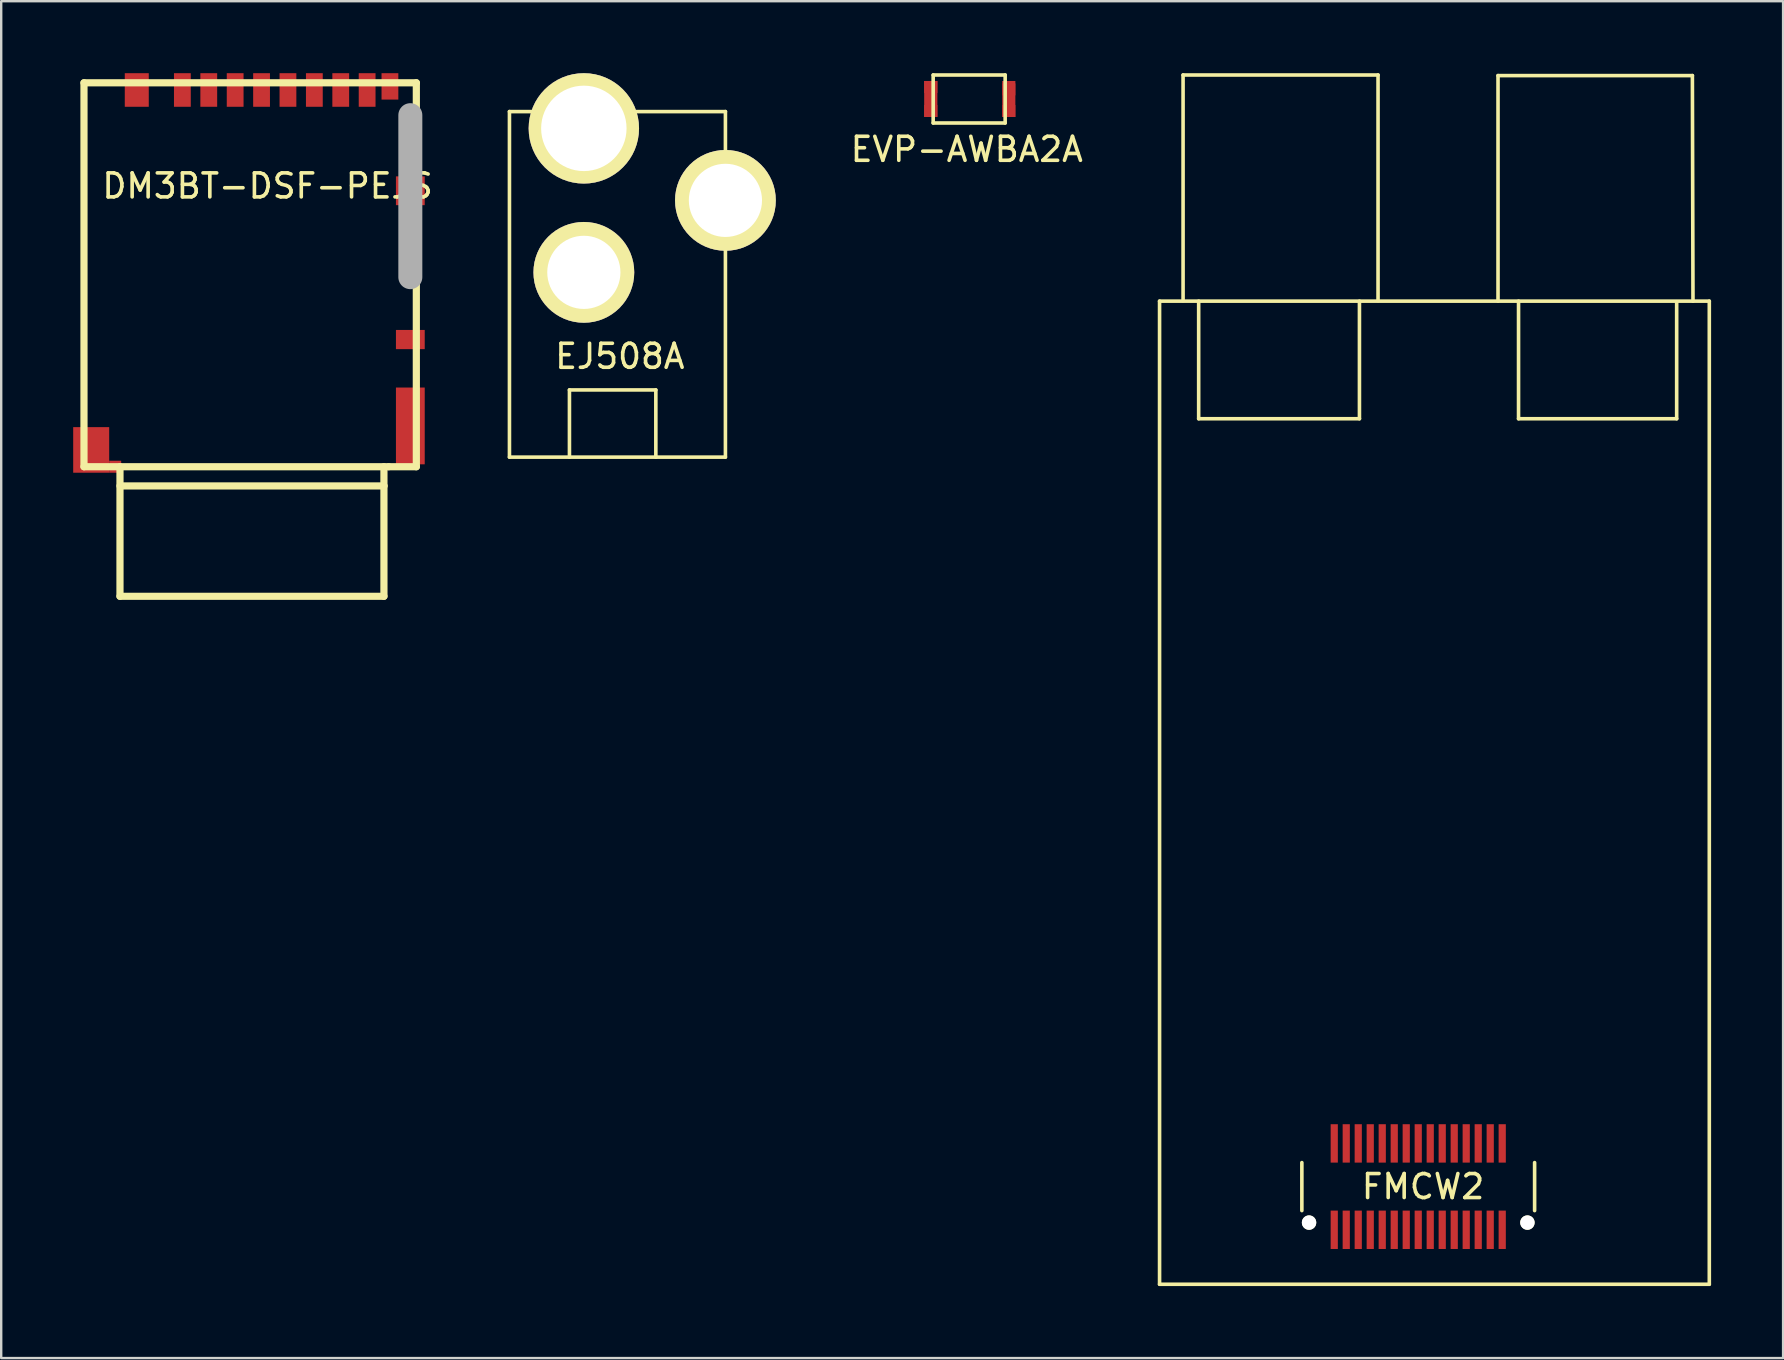
<source format=kicad_pcb>
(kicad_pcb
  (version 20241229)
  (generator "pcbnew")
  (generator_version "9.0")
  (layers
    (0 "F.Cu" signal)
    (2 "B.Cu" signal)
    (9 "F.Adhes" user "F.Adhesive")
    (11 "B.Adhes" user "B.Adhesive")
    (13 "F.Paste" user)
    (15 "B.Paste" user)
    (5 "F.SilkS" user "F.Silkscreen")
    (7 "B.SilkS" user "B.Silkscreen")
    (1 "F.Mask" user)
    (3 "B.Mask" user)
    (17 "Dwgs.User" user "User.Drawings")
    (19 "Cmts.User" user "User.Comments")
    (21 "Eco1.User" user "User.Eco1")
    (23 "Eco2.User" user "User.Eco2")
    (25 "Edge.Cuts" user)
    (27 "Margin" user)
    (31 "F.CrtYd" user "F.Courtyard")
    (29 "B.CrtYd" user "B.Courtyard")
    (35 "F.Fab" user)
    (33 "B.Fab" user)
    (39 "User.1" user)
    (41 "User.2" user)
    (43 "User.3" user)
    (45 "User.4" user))
  (footprint "FMCW2"
    (layer "F.Cu")
    (at 59.703 49)
    (property "Reference" "FMCW2" (at -3.45 -2.6 0) (layer "F.SilkS") (effects (font (size 1 1) (thickness 0.15))))
    (attr through_hole)
    (fp_line (start -14.43 -39.5) (end 8.48 -39.5) (stroke (width 0.15) (type solid)) (layer "F.SilkS"))
    (fp_line (start -14.43 1.47) (end -14.43 -39.5) (stroke (width 0.15) (type solid)) (layer "F.SilkS"))
    (fp_line (start -14.43 1.47) (end 8.48 1.47) (stroke (width 0.15) (type solid)) (layer "F.SilkS"))
    (fp_line (start -13.45 -48.925) (end -5.325 -48.925) (stroke (width 0.15) (type solid)) (layer "F.SilkS"))
    (fp_line (start -13.45 -39.525) (end -13.45 -48.925) (stroke (width 0.15) (type solid)) (layer "F.SilkS"))
    (fp_line (start -12.8 -34.6) (end -12.8 -39.5) (stroke (width 0.15) (type solid)) (layer "F.SilkS"))
    (fp_line (start -12.8 -34.6) (end -6.1 -34.6) (stroke (width 0.15) (type solid)) (layer "F.SilkS"))
    (fp_line (start -8.5 -3.6) (end -8.5 -1.6) (stroke (width 0.15) (type solid)) (layer "F.SilkS"))
    (fp_line (start -6.1 -34.6) (end -6.1 -39.5) (stroke (width 0.15) (type solid)) (layer "F.SilkS"))
    (fp_line (start -5.325 -48.925) (end -5.325 -39.525) (stroke (width 0.15) (type solid)) (layer "F.SilkS"))
    (fp_line (start -0.325 -48.9) (end -0.325 -39.5) (stroke (width 0.15) (type solid)) (layer "F.SilkS"))
    (fp_line (start 0.53 -34.6) (end 0.53 -39.5) (stroke (width 0.15) (type solid)) (layer "F.SilkS"))
    (fp_line (start 1.2 -3.6) (end 1.2 -1.6) (stroke (width 0.15) (type solid)) (layer "F.SilkS"))
    (fp_line (start 7.12 -34.6) (end 0.53 -34.6) (stroke (width 0.15) (type solid)) (layer "F.SilkS"))
    (fp_line (start 7.12 -34.6) (end 7.12 -39.475) (stroke (width 0.15) (type solid)) (layer "F.SilkS"))
    (fp_line (start 7.775 -48.9) (end -0.325 -48.9) (stroke (width 0.15) (type solid)) (layer "F.SilkS"))
    (fp_line (start 7.8 -39.5) (end 7.775 -48.9) (stroke (width 0.15) (type solid)) (layer "F.SilkS"))
    (fp_line (start 8.48 -39.5) (end 8.48 1.47) (stroke (width 0.15) (type solid)) (layer "F.SilkS"))
    (pad "" np_thru_hole circle (at -8.2 -1.1) (size 0.6 0.6) (drill 0.6) (layers "*.Cu" "*.Mask" "F.SilkS"))
    (pad "" np_thru_hole circle (at 0.9 -1.1) (size 0.6 0.6) (drill 0.6) (layers "*.Cu" "*.Mask" "F.SilkS"))
    (pad "1" smd rect (at -0.15 -4.4) (size 0.3 1.6) (layers "F.Cu" "F.Mask" "F.Paste"))
    (pad "2" smd rect (at -0.65 -4.4) (size 0.3 1.6) (layers "F.Cu" "F.Mask" "F.Paste"))
    (pad "3" smd rect (at -1.15 -4.4) (size 0.3 1.6) (layers "F.Cu" "F.Mask" "F.Paste"))
    (pad "4" smd rect (at -1.65 -4.4) (size 0.3 1.6) (layers "F.Cu" "F.Mask" "F.Paste"))
    (pad "5" smd rect (at -2.15 -4.4) (size 0.3 1.6) (layers "F.Cu" "F.Mask" "F.Paste"))
    (pad "6" smd rect (at -2.65 -4.4) (size 0.3 1.6) (layers "F.Cu" "F.Mask" "F.Paste"))
    (pad "7" smd rect (at -3.15 -4.4) (size 0.3 1.6) (layers "F.Cu" "F.Mask" "F.Paste"))
    (pad "8" smd rect (at -3.65 -4.4) (size 0.3 1.6) (layers "F.Cu" "F.Mask" "F.Paste"))
    (pad "9" smd rect (at -4.15 -4.4) (size 0.3 1.6) (layers "F.Cu" "F.Mask" "F.Paste"))
    (pad "10" smd rect (at -4.65 -4.4) (size 0.3 1.6) (layers "F.Cu" "F.Mask" "F.Paste"))
    (pad "11" smd rect (at -5.15 -4.4) (size 0.3 1.6) (layers "F.Cu" "F.Mask" "F.Paste"))
    (pad "12" smd rect (at -5.65 -4.4) (size 0.3 1.6) (layers "F.Cu" "F.Mask" "F.Paste"))
    (pad "13" smd rect (at -6.15 -4.4) (size 0.3 1.6) (layers "F.Cu" "F.Mask" "F.Paste"))
    (pad "14" smd rect (at -6.65 -4.4) (size 0.3 1.6) (layers "F.Cu" "F.Mask" "F.Paste"))
    (pad "15" smd rect (at -7.15 -4.4) (size 0.3 1.6) (layers "F.Cu" "F.Mask" "F.Paste"))
    (pad "16" smd rect (at -7.15 -0.8) (size 0.3 1.6) (layers "F.Cu" "F.Mask" "F.Paste"))
    (pad "17" smd rect (at -6.65 -0.8) (size 0.3 1.6) (layers "F.Cu" "F.Mask" "F.Paste"))
    (pad "18" smd rect (at -6.15 -0.8) (size 0.3 1.6) (layers "F.Cu" "F.Mask" "F.Paste"))
    (pad "19" smd rect (at -5.65 -0.8) (size 0.3 1.6) (layers "F.Cu" "F.Mask" "F.Paste"))
    (pad "20" smd rect (at -5.15 -0.8) (size 0.3 1.6) (layers "F.Cu" "F.Mask" "F.Paste"))
    (pad "21" smd rect (at -4.65 -0.8) (size 0.3 1.6) (layers "F.Cu" "F.Mask" "F.Paste"))
    (pad "22" smd rect (at -4.15 -0.8) (size 0.3 1.6) (layers "F.Cu" "F.Mask" "F.Paste"))
    (pad "23" smd rect (at -3.65 -0.8) (size 0.3 1.6) (layers "F.Cu" "F.Mask" "F.Paste"))
    (pad "24" smd rect (at -3.15 -0.8) (size 0.3 1.6) (layers "F.Cu" "F.Mask" "F.Paste"))
    (pad "25" smd rect (at -2.65 -0.8) (size 0.3 1.6) (layers "F.Cu" "F.Mask" "F.Paste"))
    (pad "26" smd rect (at -2.15 -0.8) (size 0.3 1.6) (layers "F.Cu" "F.Mask" "F.Paste"))
    (pad "27" smd rect (at -1.65 -0.8) (size 0.3 1.6) (layers "F.Cu" "F.Mask" "F.Paste"))
    (pad "28" smd rect (at -1.15 -0.8) (size 0.3 1.6) (layers "F.Cu" "F.Mask" "F.Paste"))
    (pad "29" smd rect (at -0.65 -0.8) (size 0.3 1.6) (layers "F.Cu" "F.Mask" "F.Paste"))
    (pad "30" smd rect (at -0.15 -0.8) (size 0.3 1.6) (layers "F.Cu" "F.Mask" "F.Paste")))
  (footprint "EJ508A"
    (layer "F.Cu")
    (at 27.181 8.3)
    (property "Reference" "EJ508A" (at -4.4 3.5 0) (layer "F.SilkS") (effects (font (size 1 1) (thickness 0.15))))
    (attr through_hole)
    (fp_line (start -9 -6.7) (end 0 -6.7) (stroke (width 0.15) (type solid)) (layer "F.SilkS"))
    (fp_line (start -9 7.7) (end -9 -6.7) (stroke (width 0.15) (type solid)) (layer "F.SilkS"))
    (fp_line (start -6.5 4.9) (end -2.9 4.9) (stroke (width 0.15) (type solid)) (layer "F.SilkS"))
    (fp_line (start -6.5 7.7) (end -6.5 4.9) (stroke (width 0.15) (type solid)) (layer "F.SilkS"))
    (fp_line (start -2.9 4.9) (end -2.9 7.7) (stroke (width 0.15) (type solid)) (layer "F.SilkS"))
    (fp_line (start 0 -6.7) (end 0 7.7) (stroke (width 0.15) (type solid)) (layer "F.SilkS"))
    (fp_line (start 0 7.7) (end -9 7.7) (stroke (width 0.15) (type solid)) (layer "F.SilkS"))
    (pad "1" thru_hole circle (at -5.9 -6) (size 4.6 4.6) (drill 3.56) (layers "*.Cu" "*.Mask" "F.SilkS"))
    (pad "2" thru_hole circle (at -5.9 0) (size 4.2 4.2) (drill 3.05) (layers "*.Cu" "*.Mask" "F.SilkS"))
    (pad "3" thru_hole circle (at 0 -3) (size 4.2 4.2) (drill 3.05) (layers "*.Cu" "*.Mask" "F.SilkS")))
  (footprint "EVP-AWBA2A"
    (layer "F.Cu")
    (at 35.739 1.075)
    (property "Reference" "EVP-AWBA2A" (at 1.5 2.1 0) (layer "F.SilkS") (effects (font (size 1 1) (thickness 0.15))))
    (attr through_hole)
    (fp_line (start 0.1 -1) (end 3.1 -1) (stroke (width 0.15) (type solid)) (layer "F.SilkS"))
    (fp_line (start 0.1 1) (end 0.1 -1) (stroke (width 0.15) (type solid)) (layer "F.SilkS"))
    (fp_line (start 3.1 -1) (end 3.1 1) (stroke (width 0.15) (type solid)) (layer "F.SilkS"))
    (fp_line (start 3.1 1) (end 0.1 1) (stroke (width 0.15) (type solid)) (layer "F.SilkS"))
    (pad "1" smd rect (at 0 -0.5) (size 0.55 0.5) (layers "F.Cu" "F.Mask" "F.Paste"))
    (pad "1" smd rect (at 0 0) (size 0.55 1.5) (layers "F.Cu" "F.Mask"))
    (pad "1" smd rect (at 0 0.5) (size 0.55 0.5) (layers "F.Cu" "F.Mask" "F.Paste"))
    (pad "2" smd rect (at 3.25 -0.4) (size 0.55 0.5) (layers "F.Cu" "F.Mask" "F.Paste"))
    (pad "2" smd rect (at 3.25 0) (size 0.55 1.5) (layers "F.Cu" "F.Mask"))
    (pad "2" smd rect (at 3.25 0.5) (size 0.55 0.5) (layers "F.Cu" "F.Mask" "F.Paste")))
  (footprint "DM3BT-DSF-PEJS"
    (layer "F.Cu")
    (at 4.55 1.4)
    (property "Reference" "DM3BT-DSF-PEJS" (at 3.55 3.3 0) (layer "F.SilkS") (effects (font (size 1 1) (thickness 0.15))))
    (attr through_hole)
    (fp_line (start -4.1 -1) (end 9.75 -1) (stroke (width 0.3) (type solid)) (layer "F.SilkS"))
    (fp_line (start -4.1 15) (end -4.1 -1) (stroke (width 0.3) (type solid)) (layer "F.SilkS"))
    (fp_line (start -2.6 15) (end -2.6 20.4) (stroke (width 0.3) (type solid)) (layer "F.SilkS"))
    (fp_line (start -2.6 15.8) (end 8.4 15.8) (stroke (width 0.3) (type solid)) (layer "F.SilkS"))
    (fp_line (start -2.6 20.4) (end 8.4 20.4) (stroke (width 0.3) (type solid)) (layer "F.SilkS"))
    (fp_line (start 8.4 15.8) (end 8.4 15.8) (stroke (width 0.3) (type solid)) (layer "F.SilkS"))
    (fp_line (start 8.4 20.4) (end 8.4 15) (stroke (width 0.3) (type solid)) (layer "F.SilkS"))
    (fp_line (start 8.6 15) (end 8.6 15) (stroke (width 0.3) (type solid)) (layer "F.SilkS"))
    (fp_line (start 9.75 -1) (end 9.75 15) (stroke (width 0.3) (type solid)) (layer "F.SilkS"))
    (fp_line (start 9.75 15) (end -4.1 15) (stroke (width 0.3) (type solid)) (layer "F.SilkS"))
    (fp_line (start 9.5 0.35) (end 9.5 7.1) (stroke (width 1) (type solid)) (layer "F.Fab"))
    (pad "1" smd rect (at 0 -0.7) (size 0.7 1.4) (layers "F.Cu" "F.Mask" "F.Paste"))
    (pad "2" smd rect (at 1.1 -0.7) (size 0.7 1.4) (layers "F.Cu" "F.Mask" "F.Paste"))
    (pad "3" smd rect (at 2.2 -0.7) (size 0.7 1.4) (layers "F.Cu" "F.Mask" "F.Paste"))
    (pad "4" smd rect (at 3.3 -0.7) (size 0.7 1.4) (layers "F.Cu" "F.Mask" "F.Paste"))
    (pad "5" smd rect (at 4.4 -0.7) (size 0.7 1.4) (layers "F.Cu" "F.Mask" "F.Paste"))
    (pad "6" smd rect (at 5.5 -0.7) (size 0.7 1.4) (layers "F.Cu" "F.Mask" "F.Paste"))
    (pad "7" smd rect (at 6.6 -0.7) (size 0.7 1.4) (layers "F.Cu" "F.Mask" "F.Paste"))
    (pad "8" smd rect (at 7.7 -0.7) (size 0.7 1.4) (layers "F.Cu" "F.Mask" "F.Paste"))
    (pad "9" smd rect (at 8.65 -0.85) (size 0.7 1.1) (layers "F.Cu" "F.Mask" "F.Paste"))
    (pad "10" smd rect (at 9.5 9.7) (size 1.2 0.8) (layers "F.Cu" "F.Mask" "F.Paste"))
    (pad "11" smd rect (at -3.8 14.3) (size 1.5 1.9) (layers "F.Cu" "F.Mask" "F.Paste"))
    (pad "11" smd rect (at -2.8 15) (size 0.5 0.5) (layers "F.Cu" "F.Mask" "F.Paste"))
    (pad "11" smd rect (at -1.9 -0.7) (size 1 1.4) (layers "F.Cu" "F.Mask" "F.Paste"))
    (pad "11" smd rect (at 9.5 3.5) (size 1.2 1.2) (layers "F.Cu" "F.Mask" "F.Paste"))
    (pad "11" smd rect (at 9.5 13.3) (size 1.2 3.2) (layers "F.Cu" "F.Mask" "F.Paste")))
  (gr_rect
    (start -3 -3)
    (end 71.258 53.545)
    (stroke (width 0.1) (type default))
    (fill no)
    (layer "Edge.Cuts")))
</source>
